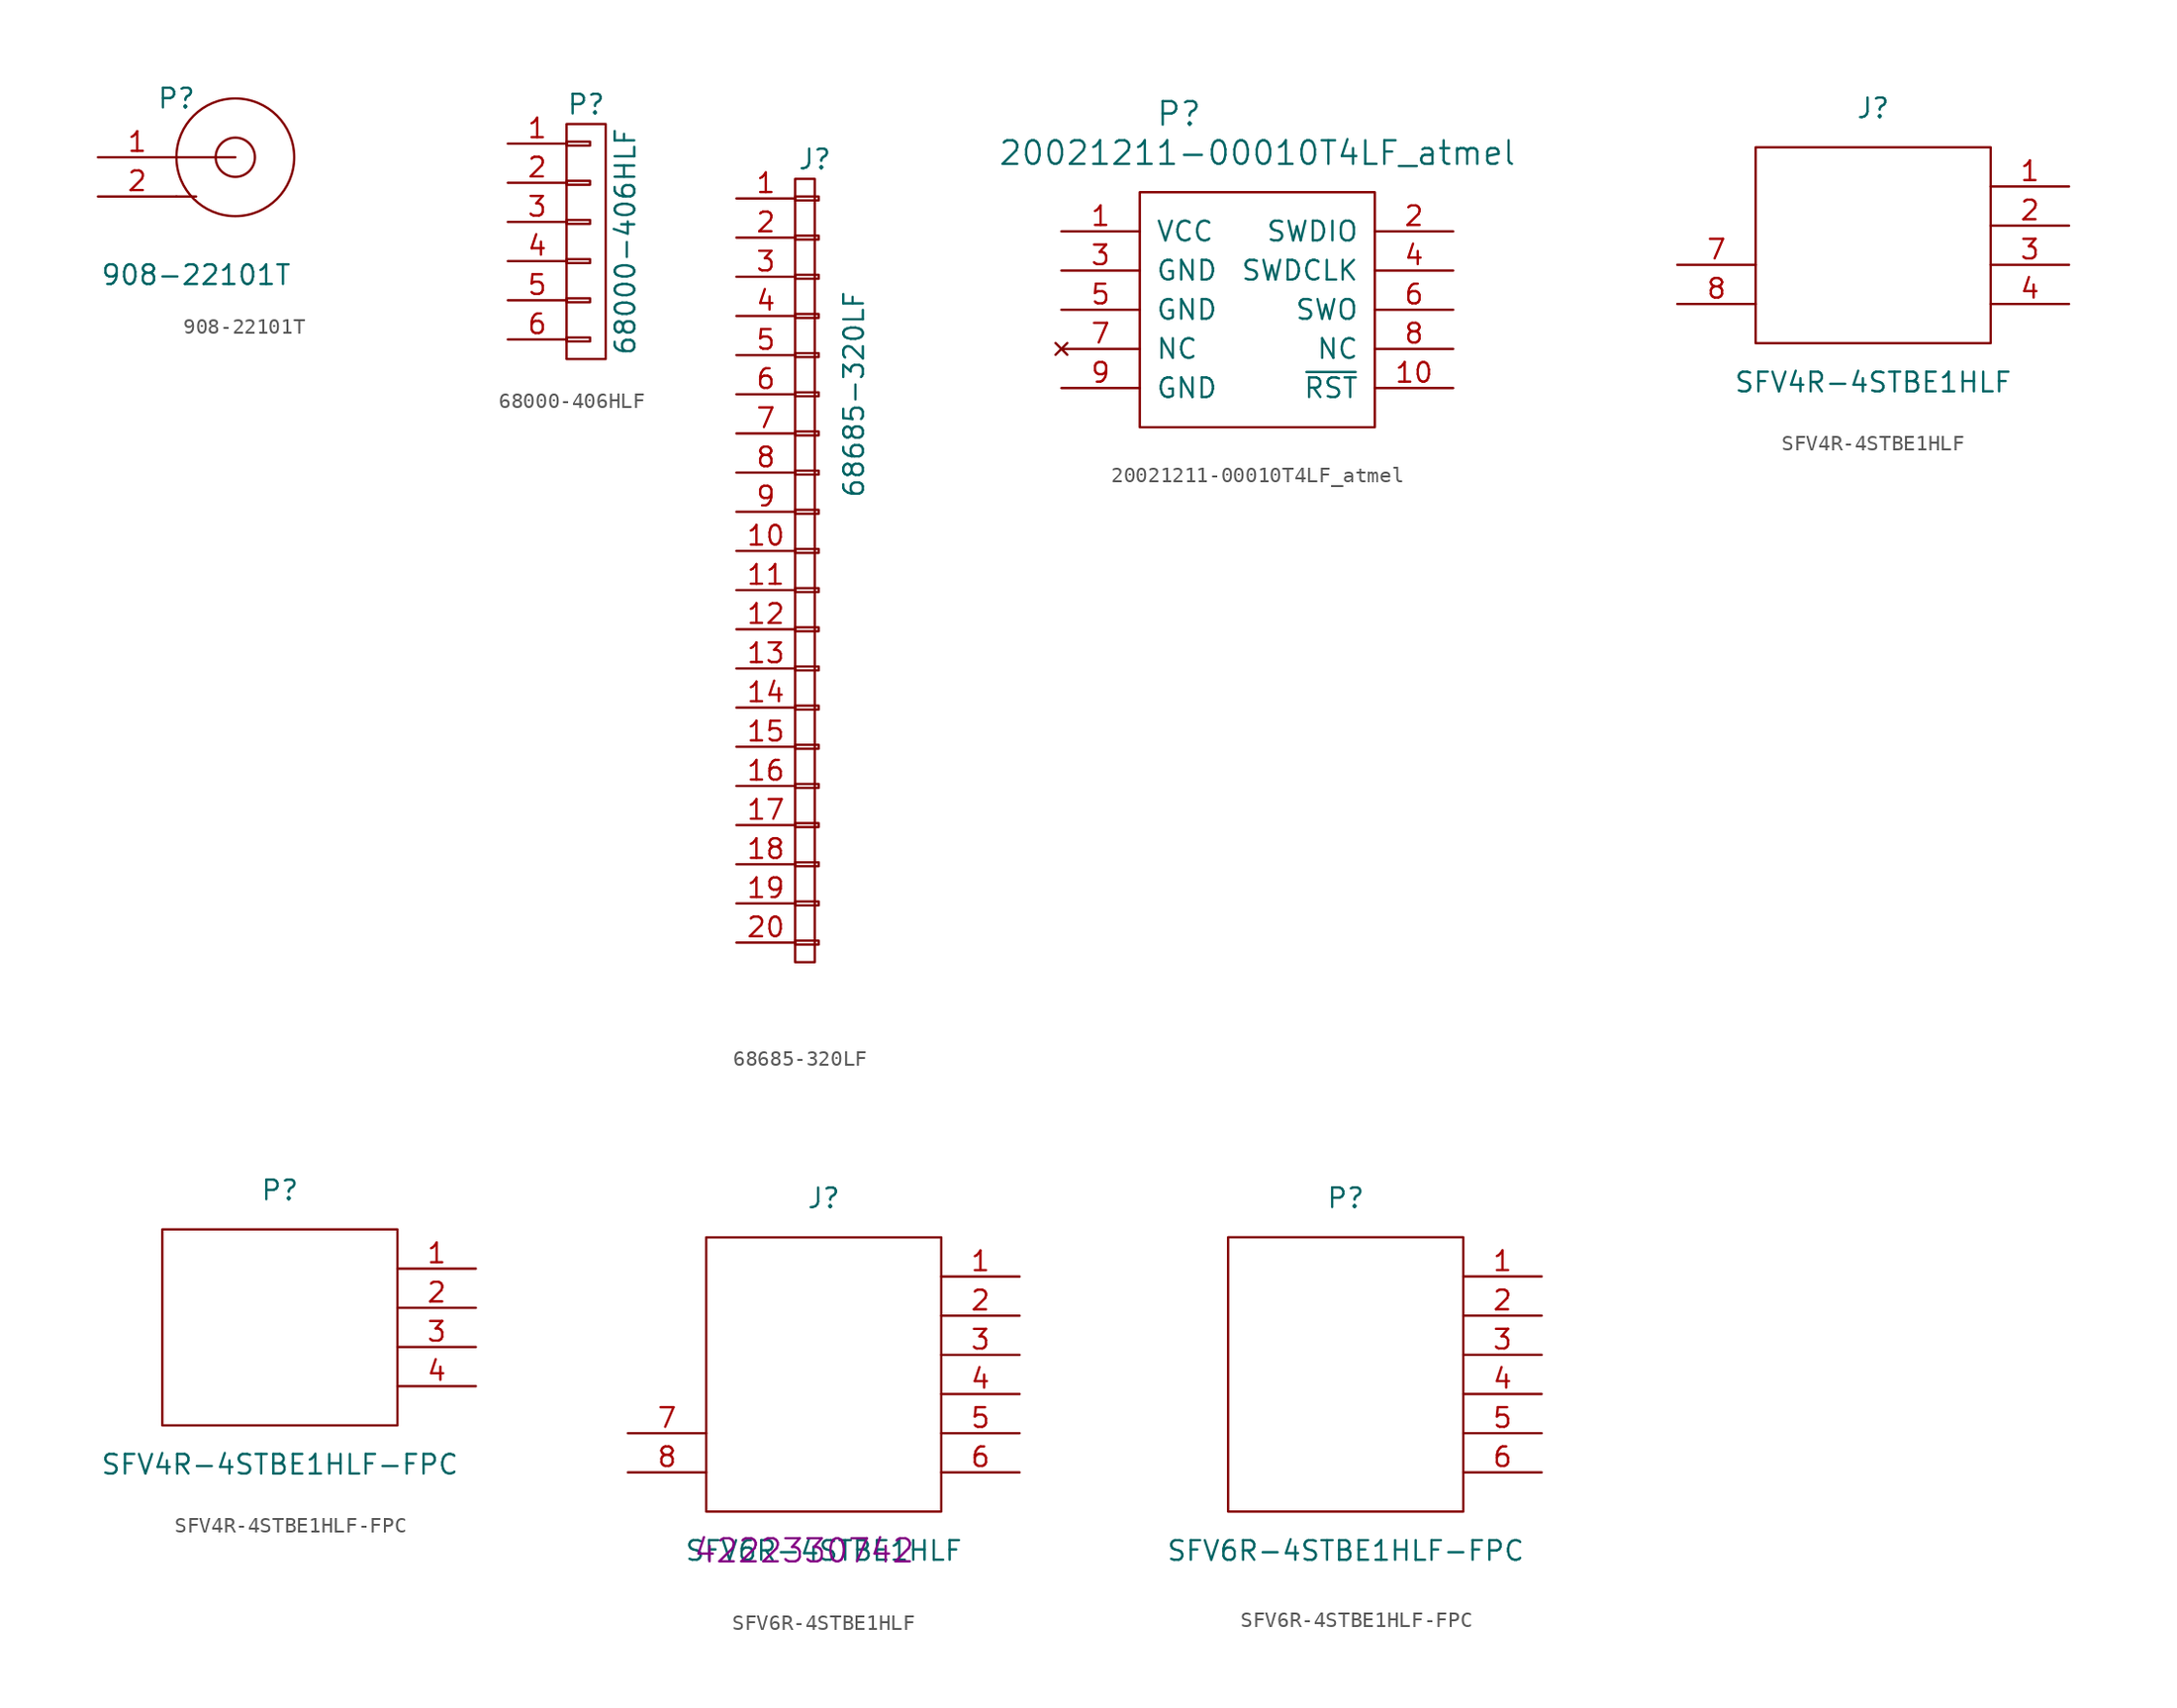
<source format=kicad_sym>
(kicad_symbol_lib
  (version 20220914)
  (generator kicad_symbol_editor)
  (symbol "908-22101T"
    (pin_names
      (offset 1.016) hide)
    (property "Reference" "P"
      (at 0 8.89 0)
      (effects (font (size 1.27 1.27))))
    (property "Value" "908-22101T"
      (at 1.27 -2.54 0)
      (effects (font (size 1.27 1.27))))
    (property "Datasheet" ""
      (at 13.97 2.54 0)
      (effects (font (size 1.27 1.27))))
    (symbol "908-22101T_0_1"
      (polyline (pts (xy 0 2.54) (xy 1.27 2.54)) (stroke (width 0) (type solid)) (fill (type none)))
      (polyline (pts (xy 3.81 5.08) (xy 0 5.08)) (stroke (width 0) (type solid)) (fill (type none)))
      (circle (center 3.81 5.08) (radius 1.27) (stroke (width 0) (type solid)) (fill (type none)))
      (circle (center 3.81 5.08) (radius 3.81) (stroke (width 0) (type solid)) (fill (type none))))
    (symbol "908-22101T_1_1"
      (pin passive line (at -5.08 5.08 0) (length 5.08) (name "P1" (effects (font (size 1.27 1.27)))) (number "1" (effects (font (size 1.27 1.27)))))
      (pin passive line (at -5.08 2.54 0) (length 5.08) (name "P2" (effects (font (size 1.27 1.27)))) (number "2" (effects (font (size 1.27 1.27)))))))
  (symbol "68000-406HLF"
    (pin_names
      (offset 1.016) hide)
    (property "Reference" "P"
      (at 0 8.89 0)
      (effects (font (size 1.27 1.27))))
    (property "Value" "68000-406HLF"
      (at 2.54 0 90)
      (effects (font (size 1.27 1.27))))
    (property "Footprint" ""
      (at 0 0 0)
      (effects (font (size 1.27 1.27))))
    (property "Datasheet" ""
      (at 0 0 0)
      (effects (font (size 1.27 1.27))))
    (symbol "68000-406HLF_0_1"
      (rectangle (start -1.27 -6.223) (end 0.254 -6.477) (stroke (width 0) (type solid)) (fill (type none)))
      (rectangle (start -1.27 -3.683) (end 0.254 -3.937) (stroke (width 0) (type solid)) (fill (type none)))
      (rectangle (start -1.27 -1.143) (end 0.254 -1.397) (stroke (width 0) (type solid)) (fill (type none)))
      (rectangle (start -1.27 1.397) (end 0.254 1.143) (stroke (width 0) (type solid)) (fill (type none)))
      (rectangle (start -1.27 3.937) (end 0.254 3.683) (stroke (width 0) (type solid)) (fill (type none)))
      (rectangle (start -1.27 6.477) (end 0.254 6.223) (stroke (width 0) (type solid)) (fill (type none)))
      (rectangle (start -1.27 7.62) (end 1.27 -7.62) (stroke (width 0) (type solid)) (fill (type none))))
    (symbol "68000-406HLF_1_1"
      (pin passive line (at -5.08 6.35 0) (length 3.81) (name "P1" (effects (font (size 1.27 1.27)))) (number "1" (effects (font (size 1.27 1.27)))))
      (pin passive line (at -5.08 3.81 0) (length 3.81) (name "P2" (effects (font (size 1.27 1.27)))) (number "2" (effects (font (size 1.27 1.27)))))
      (pin passive line (at -5.08 1.27 0) (length 3.81) (name "P3" (effects (font (size 1.27 1.27)))) (number "3" (effects (font (size 1.27 1.27)))))
      (pin passive line (at -5.08 -1.27 0) (length 3.81) (name "P4" (effects (font (size 1.27 1.27)))) (number "4" (effects (font (size 1.27 1.27)))))
      (pin passive line (at -5.08 -3.81 0) (length 3.81) (name "P5" (effects (font (size 1.27 1.27)))) (number "5" (effects (font (size 1.27 1.27)))))
      (pin passive line (at -5.08 -6.35 0) (length 3.81) (name "P6" (effects (font (size 1.27 1.27)))) (number "6" (effects (font (size 1.27 1.27)))))))
  (symbol "68685-320LF"
    (pin_names
      (offset 1.016) hide)
    (property "Reference" "J"
      (at 0 53.34 0)
      (effects (font (size 1.27 1.27))))
    (property "Value" "68685-320LF"
      (at 2.54 38.1 90)
      (effects (font (size 1.27 1.27))))
    (symbol "68685-320LF_0_1"
      (rectangle (start -1.27 2.667) (end 0.254 2.413) (stroke (width 0) (type solid)) (fill (type none)))
      (rectangle (start -1.27 5.207) (end 0.254 4.953) (stroke (width 0) (type solid)) (fill (type none)))
      (rectangle (start -1.27 7.747) (end 0.254 7.493) (stroke (width 0) (type solid)) (fill (type none)))
      (rectangle (start -1.27 10.287) (end 0.254 10.033) (stroke (width 0) (type solid)) (fill (type none)))
      (rectangle (start -1.27 12.827) (end 0.254 12.573) (stroke (width 0) (type solid)) (fill (type none)))
      (rectangle (start -1.27 15.367) (end 0.254 15.113) (stroke (width 0) (type solid)) (fill (type none)))
      (rectangle (start -1.27 17.907) (end 0.254 17.653) (stroke (width 0) (type solid)) (fill (type none)))
      (rectangle (start -1.27 20.447) (end 0.254 20.193) (stroke (width 0) (type solid)) (fill (type none)))
      (rectangle (start -1.27 22.987) (end 0.254 22.733) (stroke (width 0) (type solid)) (fill (type none)))
      (rectangle (start -1.27 25.527) (end 0.254 25.273) (stroke (width 0) (type solid)) (fill (type none)))
      (rectangle (start -1.27 28.067) (end 0.254 27.813) (stroke (width 0) (type solid)) (fill (type none)))
      (rectangle (start -1.27 30.607) (end 0.254 30.353) (stroke (width 0) (type solid)) (fill (type none)))
      (rectangle (start -1.27 33.147) (end 0.254 32.893) (stroke (width 0) (type solid)) (fill (type none)))
      (rectangle (start -1.27 35.687) (end 0.254 35.433) (stroke (width 0) (type solid)) (fill (type none)))
      (rectangle (start -1.27 38.227) (end 0.254 37.973) (stroke (width 0) (type solid)) (fill (type none)))
      (rectangle (start -1.27 40.767) (end 0.254 40.513) (stroke (width 0) (type solid)) (fill (type none)))
      (rectangle (start -1.27 43.307) (end 0.254 43.053) (stroke (width 0) (type solid)) (fill (type none)))
      (rectangle (start -1.27 45.847) (end 0.254 45.593) (stroke (width 0) (type solid)) (fill (type none)))
      (rectangle (start -1.27 48.387) (end 0.254 48.133) (stroke (width 0) (type solid)) (fill (type none)))
      (rectangle (start -1.27 50.927) (end 0.254 50.673) (stroke (width 0) (type solid)) (fill (type none)))
      (rectangle (start 0 52.07) (end -1.27 1.27) (stroke (width 0) (type solid)) (fill (type none))))
    (symbol "68685-320LF_1_1"
      (pin passive line (at -5.08 50.8 0) (length 3.81) (name "P1" (effects (font (size 1.27 1.27)))) (number "1" (effects (font (size 1.27 1.27)))))
      (pin passive line (at -5.08 27.94 0) (length 3.81) (name "P10" (effects (font (size 1.27 1.27)))) (number "10" (effects (font (size 1.27 1.27)))))
      (pin passive line (at -5.08 25.4 0) (length 3.81) (name "P11" (effects (font (size 1.27 1.27)))) (number "11" (effects (font (size 1.27 1.27)))))
      (pin passive line (at -5.08 22.86 0) (length 3.81) (name "P12" (effects (font (size 1.27 1.27)))) (number "12" (effects (font (size 1.27 1.27)))))
      (pin passive line (at -5.08 20.32 0) (length 3.81) (name "P13" (effects (font (size 1.27 1.27)))) (number "13" (effects (font (size 1.27 1.27)))))
      (pin passive line (at -5.08 17.78 0) (length 3.81) (name "P14" (effects (font (size 1.27 1.27)))) (number "14" (effects (font (size 1.27 1.27)))))
      (pin passive line (at -5.08 15.24 0) (length 3.81) (name "P15" (effects (font (size 1.27 1.27)))) (number "15" (effects (font (size 1.27 1.27)))))
      (pin passive line (at -5.08 12.7 0) (length 3.81) (name "P16" (effects (font (size 1.27 1.27)))) (number "16" (effects (font (size 1.27 1.27)))))
      (pin passive line (at -5.08 10.16 0) (length 3.81) (name "P17" (effects (font (size 1.27 1.27)))) (number "17" (effects (font (size 1.27 1.27)))))
      (pin passive line (at -5.08 7.62 0) (length 3.81) (name "P18" (effects (font (size 1.27 1.27)))) (number "18" (effects (font (size 1.27 1.27)))))
      (pin passive line (at -5.08 5.08 0) (length 3.81) (name "P19" (effects (font (size 1.27 1.27)))) (number "19" (effects (font (size 1.27 1.27)))))
      (pin passive line (at -5.08 48.26 0) (length 3.81) (name "P2" (effects (font (size 1.27 1.27)))) (number "2" (effects (font (size 1.27 1.27)))))
      (pin passive line (at -5.08 2.54 0) (length 3.81) (name "P20" (effects (font (size 1.27 1.27)))) (number "20" (effects (font (size 1.27 1.27)))))
      (pin passive line (at -5.08 45.72 0) (length 3.81) (name "P3" (effects (font (size 1.27 1.27)))) (number "3" (effects (font (size 1.27 1.27)))))
      (pin passive line (at -5.08 43.18 0) (length 3.81) (name "P4" (effects (font (size 1.27 1.27)))) (number "4" (effects (font (size 1.27 1.27)))))
      (pin passive line (at -5.08 40.64 0) (length 3.81) (name "P5" (effects (font (size 1.27 1.27)))) (number "5" (effects (font (size 1.27 1.27)))))
      (pin passive line (at -5.08 38.1 0) (length 3.81) (name "P6" (effects (font (size 1.27 1.27)))) (number "6" (effects (font (size 1.27 1.27)))))
      (pin passive line (at -5.08 35.56 0) (length 3.81) (name "P7" (effects (font (size 1.27 1.27)))) (number "7" (effects (font (size 1.27 1.27)))))
      (pin passive line (at -5.08 33.02 0) (length 3.81) (name "P8" (effects (font (size 1.27 1.27)))) (number "8" (effects (font (size 1.27 1.27)))))
      (pin passive line (at -5.08 30.48 0) (length 3.81) (name "P9" (effects (font (size 1.27 1.27)))) (number "9" (effects (font (size 1.27 1.27)))))))
  (symbol "20021211-00010T4LF_atmel"
    (pin_names
      (offset 1.016))
    (property "Reference" "P"
      (at 2.54 20.32 0)
      (effects (font (size 1.524 1.524))))
    (property "Value" "20021211-00010T4LF_atmel"
      (at 7.62 17.78 0)
      (effects (font (size 1.524 1.524))))
    (symbol "20021211-00010T4LF_atmel_0_1"
      (rectangle (start 0 0) (end 15.24 15.24) (stroke (width 0) (type solid)) (fill (type none))))
    (symbol "20021211-00010T4LF_atmel_1_1"
      (pin passive line (at -5.08 12.7 0) (length 5.08) (name "VCC" (effects (font (size 1.27 1.27)))) (number "1" (effects (font (size 1.27 1.27)))))
      (pin passive line (at 20.32 2.54 180) (length 5.08) (name "~{RST}" (effects (font (size 1.27 1.27)))) (number "10" (effects (font (size 1.27 1.27)))))
      (pin passive line (at 20.32 12.7 180) (length 5.08) (name "SWDIO" (effects (font (size 1.27 1.27)))) (number "2" (effects (font (size 1.27 1.27)))))
      (pin passive line (at -5.08 10.16 0) (length 5.08) (name "GND" (effects (font (size 1.27 1.27)))) (number "3" (effects (font (size 1.27 1.27)))))
      (pin passive line (at 20.32 10.16 180) (length 5.08) (name "SWDCLK" (effects (font (size 1.27 1.27)))) (number "4" (effects (font (size 1.27 1.27)))))
      (pin passive line (at -5.08 7.62 0) (length 5.08) (name "GND" (effects (font (size 1.27 1.27)))) (number "5" (effects (font (size 1.27 1.27)))))
      (pin passive line (at 20.32 7.62 180) (length 5.08) (name "SWO" (effects (font (size 1.27 1.27)))) (number "6" (effects (font (size 1.27 1.27)))))
      (pin no_connect line (at -5.08 5.08 0) (length 5.08) (name "NC" (effects (font (size 1.27 1.27)))) (number "7" (effects (font (size 1.27 1.27)))))
      (pin passive line (at 20.32 5.08 180) (length 5.08) (name "NC" (effects (font (size 1.27 1.27)))) (number "8" (effects (font (size 1.27 1.27)))))
      (pin passive line (at -5.08 2.54 0) (length 5.08) (name "GND" (effects (font (size 1.27 1.27)))) (number "9" (effects (font (size 1.27 1.27)))))))
  (symbol "SFV4R-4STBE1HLF"
    (pin_names
      (offset 1.016) hide)
    (property "Reference" "J"
      (at 7.62 15.24 0)
      (effects (font (size 1.27 1.27))))
    (property "Value" "SFV4R-4STBE1HLF"
      (at 7.62 -2.54 0)
      (effects (font (size 1.27 1.27))))
    (symbol "SFV4R-4STBE1HLF_0_1"
      (rectangle (start 0 0) (end 15.24 12.7) (stroke (width 0) (type solid)) (fill (type none))))
    (symbol "SFV4R-4STBE1HLF_1_1"
      (pin passive line (at 20.32 10.16 180) (length 5.08) (name "P1" (effects (font (size 1.27 1.27)))) (number "1" (effects (font (size 1.27 1.27)))))
      (pin passive line (at 20.32 7.62 180) (length 5.08) (name "P2" (effects (font (size 1.27 1.27)))) (number "2" (effects (font (size 1.27 1.27)))))
      (pin passive line (at 20.32 5.08 180) (length 5.08) (name "P3" (effects (font (size 1.27 1.27)))) (number "3" (effects (font (size 1.27 1.27)))))
      (pin passive line (at 20.32 2.54 180) (length 5.08) (name "P4" (effects (font (size 1.27 1.27)))) (number "4" (effects (font (size 1.27 1.27)))))
      (pin passive line (at -5.08 5.08 0) (length 5.08) (name "PAD1" (effects (font (size 1.27 1.27)))) (number "7" (effects (font (size 1.27 1.27)))))
      (pin passive line (at -5.08 2.54 0) (length 5.08) (name "PAD1" (effects (font (size 1.27 1.27)))) (number "8" (effects (font (size 1.27 1.27)))))))
  (symbol "SFV4R-4STBE1HLF-FPC"
    (pin_names
      (offset 1.016) hide)
    (property "Reference" "P"
      (at 7.62 15.24 0)
      (effects (font (size 1.27 1.27))))
    (property "Value" "SFV4R-4STBE1HLF-FPC"
      (at 7.62 -2.54 0)
      (effects (font (size 1.27 1.27))))
    (symbol "SFV4R-4STBE1HLF-FPC_0_1"
      (rectangle (start 0 0) (end 15.24 12.7) (stroke (width 0) (type solid)) (fill (type none))))
    (symbol "SFV4R-4STBE1HLF-FPC_1_1"
      (pin passive line (at 20.32 10.16 180) (length 5.08) (name "P1" (effects (font (size 1.27 1.27)))) (number "1" (effects (font (size 1.27 1.27)))))
      (pin passive line (at 20.32 7.62 180) (length 5.08) (name "P2" (effects (font (size 1.27 1.27)))) (number "2" (effects (font (size 1.27 1.27)))))
      (pin passive line (at 20.32 5.08 180) (length 5.08) (name "P3" (effects (font (size 1.27 1.27)))) (number "3" (effects (font (size 1.27 1.27)))))
      (pin passive line (at 20.32 2.54 180) (length 5.08) (name "P4" (effects (font (size 1.27 1.27)))) (number "4" (effects (font (size 1.27 1.27)))))))
  (symbol "SFV6R-4STBE1HLF"
    (pin_names
      (offset 1.016) hide)
    (property "Reference" "J"
      (at 7.62 20.32 0)
      (effects (font (size 1.27 1.27))))
    (property "Value" "SFV6R-4STBE1HLF"
      (at 7.62 -2.54 0)
      (effects (font (size 1.27 1.27))))
    (property "AC" "4222330742"
      (at 6.35 -2.54 0)
      (effects (font (size 1.499 1.499))))
    (symbol "SFV6R-4STBE1HLF_0_1"
      (rectangle (start 0 0) (end 15.24 17.78) (stroke (width 0) (type solid)) (fill (type none))))
    (symbol "SFV6R-4STBE1HLF_1_1"
      (pin passive line (at 20.32 15.24 180) (length 5.08) (name "P1" (effects (font (size 1.27 1.27)))) (number "1" (effects (font (size 1.27 1.27)))))
      (pin passive line (at 20.32 12.7 180) (length 5.08) (name "P2" (effects (font (size 1.27 1.27)))) (number "2" (effects (font (size 1.27 1.27)))))
      (pin passive line (at 20.32 10.16 180) (length 5.08) (name "P3" (effects (font (size 1.27 1.27)))) (number "3" (effects (font (size 1.27 1.27)))))
      (pin passive line (at 20.32 7.62 180) (length 5.08) (name "P4" (effects (font (size 1.27 1.27)))) (number "4" (effects (font (size 1.27 1.27)))))
      (pin passive line (at 20.32 5.08 180) (length 5.08) (name "P5" (effects (font (size 1.27 1.27)))) (number "5" (effects (font (size 1.27 1.27)))))
      (pin passive line (at 20.32 2.54 180) (length 5.08) (name "P6" (effects (font (size 1.27 1.27)))) (number "6" (effects (font (size 1.27 1.27)))))
      (pin passive line (at -5.08 5.08 0) (length 5.08) (name "PAD1" (effects (font (size 1.27 1.27)))) (number "7" (effects (font (size 1.27 1.27)))))
      (pin passive line (at -5.08 2.54 0) (length 5.08) (name "PAD1" (effects (font (size 1.27 1.27)))) (number "8" (effects (font (size 1.27 1.27)))))))
  (symbol "SFV6R-4STBE1HLF-FPC"
    (pin_names
      (offset 1.016) hide)
    (property "Reference" "P"
      (at 7.62 20.32 0)
      (effects (font (size 1.27 1.27))))
    (property "Value" "SFV6R-4STBE1HLF-FPC"
      (at 7.62 -2.54 0)
      (effects (font (size 1.27 1.27))))
    (symbol "SFV6R-4STBE1HLF-FPC_0_1"
      (rectangle (start 0 0) (end 15.24 17.78) (stroke (width 0) (type solid)) (fill (type none))))
    (symbol "SFV6R-4STBE1HLF-FPC_1_1"
      (pin passive line (at 20.32 15.24 180) (length 5.08) (name "P1" (effects (font (size 1.27 1.27)))) (number "1" (effects (font (size 1.27 1.27)))))
      (pin passive line (at 20.32 12.7 180) (length 5.08) (name "P2" (effects (font (size 1.27 1.27)))) (number "2" (effects (font (size 1.27 1.27)))))
      (pin passive line (at 20.32 10.16 180) (length 5.08) (name "P3" (effects (font (size 1.27 1.27)))) (number "3" (effects (font (size 1.27 1.27)))))
      (pin passive line (at 20.32 7.62 180) (length 5.08) (name "P4" (effects (font (size 1.27 1.27)))) (number "4" (effects (font (size 1.27 1.27)))))
      (pin passive line (at 20.32 5.08 180) (length 5.08) (name "P5" (effects (font (size 1.27 1.27)))) (number "5" (effects (font (size 1.27 1.27)))))
      (pin passive line (at 20.32 2.54 180) (length 5.08) (name "P6" (effects (font (size 1.27 1.27)))) (number "6" (effects (font (size 1.27 1.27))))))))
</source>
